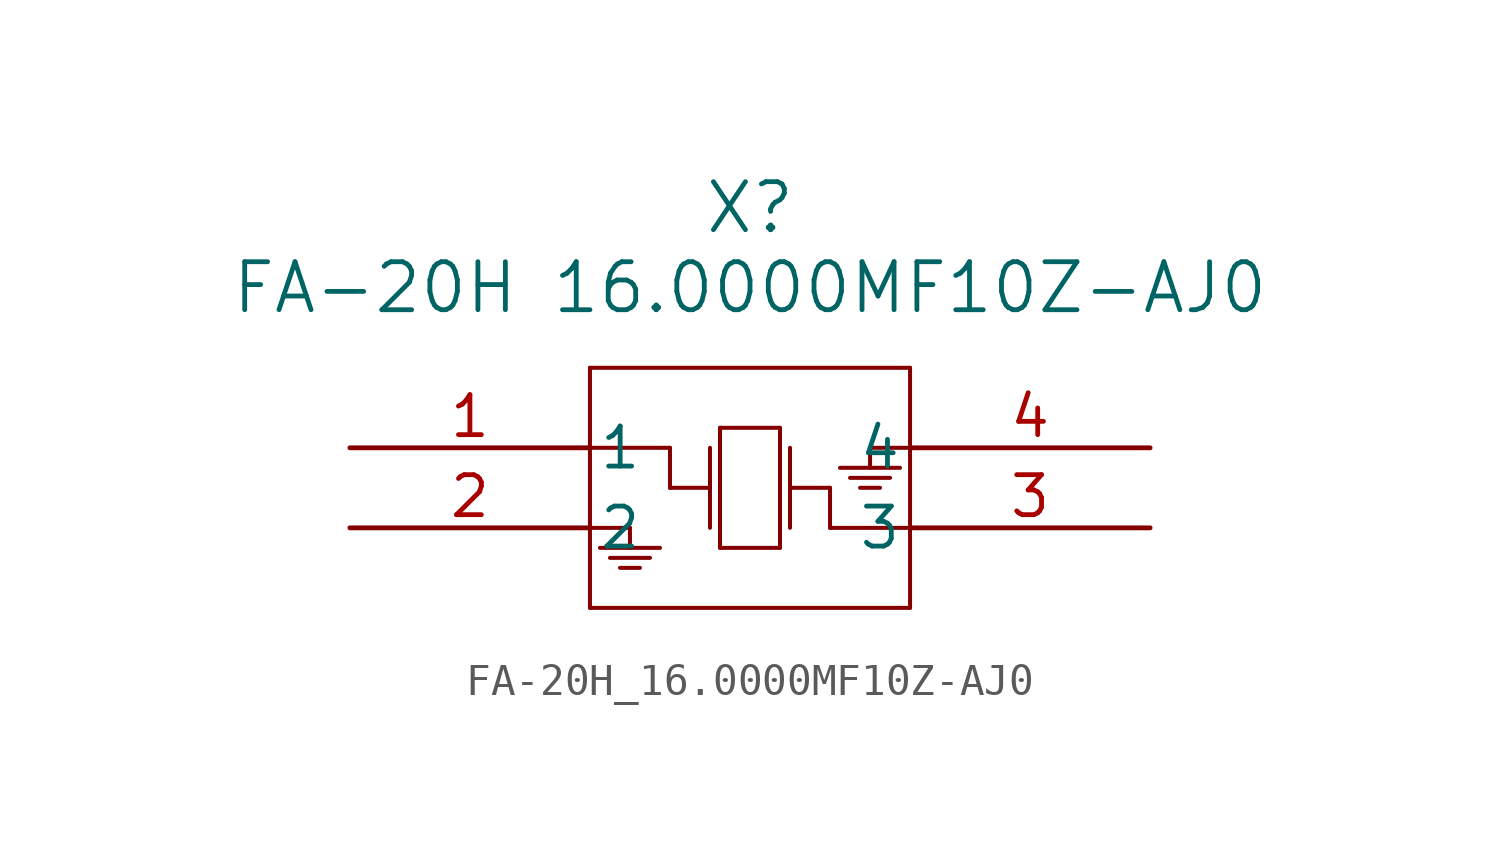
<source format=kicad_sym>
(kicad_symbol_lib
  (version 20211014)
  (generator kicad_symbol_editor)
  (symbol "FA-20H_16.0000MF10Z-AJ0"
    (pin_names
      (offset 0.254))
    (property "Reference" "X"
      (at 12.7 7.62 0)
      (effects (font (size 1.524 1.524))))
    (property "Value" "FA-20H 16.0000MF10Z-AJ0"
      (at 12.7 5.08 0)
      (effects (font (size 1.524 1.524))))
    (symbol "FA-20H_16.0000MF10Z-AJ0_0_1"
      (polyline (pts (xy 7.62 2.54) (xy 7.62 -5.08)) (stroke (width 0.127) (type default) (color 0 0 0 0)) (fill (type none)))
      (polyline (pts (xy 7.62 -5.08) (xy 17.78 -5.08)) (stroke (width 0.127) (type default) (color 0 0 0 0)) (fill (type none)))
      (polyline (pts (xy 17.78 -5.08) (xy 17.78 2.54)) (stroke (width 0.127) (type default) (color 0 0 0 0)) (fill (type none)))
      (polyline (pts (xy 17.78 2.54) (xy 7.62 2.54)) (stroke (width 0.127) (type default) (color 0 0 0 0)) (fill (type none)))
      (polyline (pts (xy 11.43 0) (xy 11.43 -2.54)) (stroke (width 0.127) (type default) (color 0 0 0 0)) (fill (type none)))
      (polyline (pts (xy 11.43 -1.27) (xy 10.16 -1.27)) (stroke (width 0.127) (type default) (color 0 0 0 0)) (fill (type none)))
      (polyline (pts (xy 10.16 -1.27) (xy 10.16 0)) (stroke (width 0.127) (type default) (color 0 0 0 0)) (fill (type none)))
      (polyline (pts (xy 10.16 0) (xy 7.62 0)) (stroke (width 0.127) (type default) (color 0 0 0 0)) (fill (type none)))
      (polyline (pts (xy 13.97 0) (xy 13.97 -2.54)) (stroke (width 0.127) (type default) (color 0 0 0 0)) (fill (type none)))
      (polyline (pts (xy 13.97 -1.27) (xy 15.24 -1.27)) (stroke (width 0.127) (type default) (color 0 0 0 0)) (fill (type none)))
      (polyline (pts (xy 15.24 -1.27) (xy 15.24 -2.54)) (stroke (width 0.127) (type default) (color 0 0 0 0)) (fill (type none)))
      (polyline (pts (xy 15.24 -2.54) (xy 17.78 -2.54)) (stroke (width 0.127) (type default) (color 0 0 0 0)) (fill (type none)))
      (polyline (pts (xy 11.748 0.635) (xy 11.748 -3.175)) (stroke (width 0.127) (type default) (color 0 0 0 0)) (fill (type none)))
      (polyline (pts (xy 11.748 -3.175) (xy 13.652 -3.175)) (stroke (width 0.127) (type default) (color 0 0 0 0)) (fill (type none)))
      (polyline (pts (xy 13.652 -3.175) (xy 13.652 0.635)) (stroke (width 0.127) (type default) (color 0 0 0 0)) (fill (type none)))
      (polyline (pts (xy 13.652 0.635) (xy 11.748 0.635)) (stroke (width 0.127) (type default) (color 0 0 0 0)) (fill (type none)))
      (polyline (pts (xy 7.62 -2.54) (xy 8.89 -2.54)) (stroke (width 0.127) (type default) (color 0 0 0 0)) (fill (type none)))
      (polyline (pts (xy 8.89 -2.54) (xy 8.89 -3.175)) (stroke (width 0.127) (type default) (color 0 0 0 0)) (fill (type none)))
      (polyline (pts (xy 8.572 -3.81) (xy 9.207 -3.81)) (stroke (width 0.127) (type default) (color 0 0 0 0)) (fill (type none)))
      (polyline (pts (xy 8.255 -3.493) (xy 9.525 -3.493)) (stroke (width 0.127) (type default) (color 0 0 0 0)) (fill (type none)))
      (polyline (pts (xy 7.938 -3.175) (xy 9.842 -3.175)) (stroke (width 0.127) (type default) (color 0 0 0 0)) (fill (type none)))
      (polyline (pts (xy 17.78 0) (xy 16.51 0)) (stroke (width 0.127) (type default) (color 0 0 0 0)) (fill (type none)))
      (polyline (pts (xy 16.51 0) (xy 16.51 -0.635)) (stroke (width 0.127) (type default) (color 0 0 0 0)) (fill (type none)))
      (polyline (pts (xy 16.828 -1.27) (xy 16.192 -1.27)) (stroke (width 0.127) (type default) (color 0 0 0 0)) (fill (type none)))
      (polyline (pts (xy 17.145 -0.953) (xy 15.875 -0.953)) (stroke (width 0.127) (type default) (color 0 0 0 0)) (fill (type none)))
      (polyline (pts (xy 17.462 -0.635) (xy 15.557 -0.635)) (stroke (width 0.127) (type default) (color 0 0 0 0)) (fill (type none)))
      (pin unspecified line (at 0 0 0) (length 7.62) (name "1" (effects (font (size 1.27 1.27)))) (number "1" (effects (font (size 1.27 1.27)))))
      (pin unspecified line (at 0 -2.54 0) (length 7.62) (name "2" (effects (font (size 1.27 1.27)))) (number "2" (effects (font (size 1.27 1.27)))))
      (pin unspecified line (at 25.4 -2.54 180) (length 7.62) (name "3" (effects (font (size 1.27 1.27)))) (number "3" (effects (font (size 1.27 1.27)))))
      (pin unspecified line (at 25.4 0 180) (length 7.62) (name "4" (effects (font (size 1.27 1.27)))) (number "4" (effects (font (size 1.27 1.27))))))))
</source>
